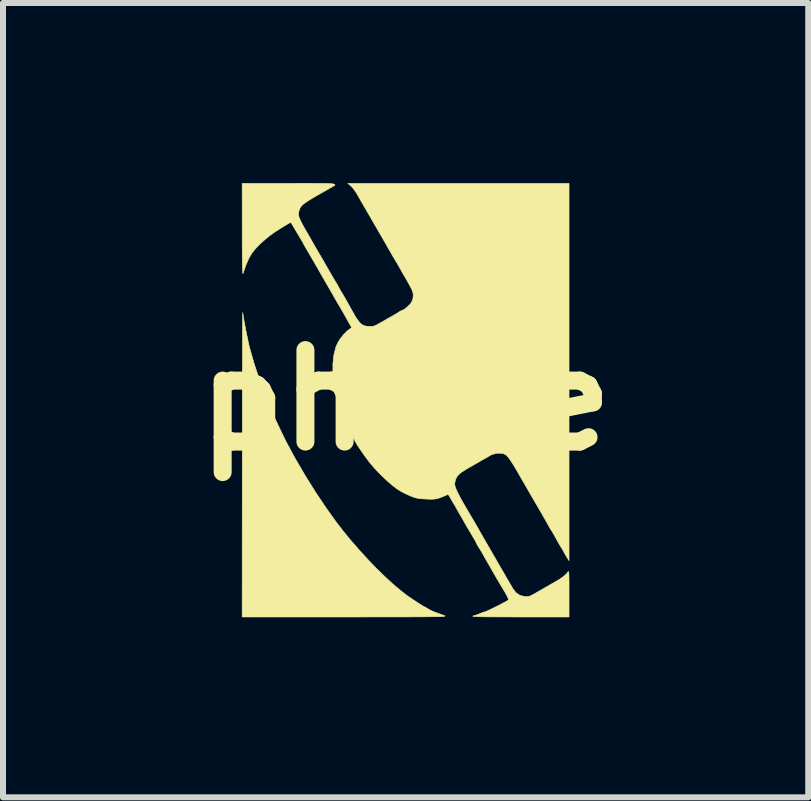
<source format=kicad_pcb>
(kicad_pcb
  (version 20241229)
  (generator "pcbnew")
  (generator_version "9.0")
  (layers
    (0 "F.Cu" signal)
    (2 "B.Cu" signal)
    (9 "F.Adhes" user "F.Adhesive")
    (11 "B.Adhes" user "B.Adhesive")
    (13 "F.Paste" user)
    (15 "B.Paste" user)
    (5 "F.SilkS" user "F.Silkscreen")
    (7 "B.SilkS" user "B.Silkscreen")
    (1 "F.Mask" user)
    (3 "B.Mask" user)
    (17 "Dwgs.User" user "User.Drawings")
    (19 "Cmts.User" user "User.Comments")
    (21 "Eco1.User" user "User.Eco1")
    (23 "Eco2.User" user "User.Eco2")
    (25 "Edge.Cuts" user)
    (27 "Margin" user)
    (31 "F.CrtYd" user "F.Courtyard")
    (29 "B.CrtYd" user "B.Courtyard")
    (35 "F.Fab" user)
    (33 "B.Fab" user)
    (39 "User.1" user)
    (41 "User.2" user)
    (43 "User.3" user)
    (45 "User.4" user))
  (footprint "phone"
    (layer "F.Cu")
    (at 3.708 3.618)
    (property "Reference" "phone" (at 0 0 0) (layer "F.SilkS") (effects (font (size 1.524 1.524) (thickness 0.3))))
    (attr through_hole)
    (fp_poly (pts (xy -2.704 -1.396) (xy -2.69 -1.312) (xy -2.672 -1.216) (xy -2.652 -1.114) (xy -2.631 -1.015) (xy -2.612 -0.926) (xy -2.596 -0.861) (xy -2.524 -0.609) (xy -2.438 -0.349) (xy -2.342 -0.092) (xy -2.256 0.114) (xy -2.236 0.161) (xy -2.222 0.197) (xy -2.215 0.215) (xy -2.215 0.216) (xy -2.21 0.231) (xy -2.194 0.267) (xy -2.17 0.319) (xy -2.14 0.382) (xy -2.107 0.452) (xy -2.073 0.523) (xy -2.04 0.591) (xy -2.01 0.652) (xy -1.987 0.699) (xy -1.839 0.973) (xy -1.674 1.255) (xy -1.498 1.537) (xy -1.315 1.809) (xy -1.165 2.019) (xy -1.045 2.175) (xy -0.916 2.333) (xy -0.778 2.491) (xy -0.637 2.646) (xy -0.495 2.794) (xy -0.354 2.932) (xy -0.219 3.057) (xy -0.092 3.165) (xy 0.023 3.254) (xy 0.051 3.274) (xy 0.118 3.319) (xy 0.182 3.362) (xy 0.238 3.398) (xy 0.281 3.424) (xy 0.307 3.439) (xy 0.31 3.44) (xy 0.336 3.453) (xy 0.37 3.474) (xy 0.371 3.475) (xy 0.417 3.501) (xy 0.485 3.531) (xy 0.578 3.565) (xy 0.635 3.585) (xy 0.646 3.589) (xy 0.654 3.592) (xy 0.657 3.595) (xy 0.655 3.598) (xy 0.645 3.6) (xy 0.626 3.603) (xy 0.597 3.604) (xy 0.557 3.606) (xy 0.503 3.607) (xy 0.435 3.608) (xy 0.351 3.609) (xy 0.25 3.61) (xy 0.131 3.61) (xy -0.009 3.611) (xy -0.17 3.611) (xy -0.354 3.611) (xy -0.562 3.611) (xy -0.796 3.612) (xy -1.005 3.612) (xy -2.723 3.612) (xy -2.721 1.055) (xy -2.721 0.789) (xy -2.721 0.531) (xy -2.72 0.283) (xy -2.72 0.046) (xy -2.72 -0.179) (xy -2.719 -0.391) (xy -2.719 -0.587) (xy -2.718 -0.768) (xy -2.718 -0.93) (xy -2.717 -1.074) (xy -2.717 -1.197) (xy -2.716 -1.298) (xy -2.715 -1.376) (xy -2.715 -1.43) (xy -2.714 -1.457) (xy -2.714 -1.46) (xy -2.704 -1.396)) (stroke (width 0.01) (type solid)) (fill yes) (layer "F.SilkS"))
    (fp_poly (pts (xy -1.488 -3.612) (xy -1.389 -3.612) (xy -1.311 -3.61) (xy -1.253 -3.608) (xy -1.212 -3.604) (xy -1.188 -3.599) (xy -1.178 -3.592) (xy -1.18 -3.583) (xy -1.194 -3.572) (xy -1.216 -3.558) (xy -1.246 -3.542) (xy -1.281 -3.522) (xy -1.287 -3.518) (xy -1.34 -3.488) (xy -1.391 -3.459) (xy -1.425 -3.44) (xy -1.524 -3.383) (xy -1.601 -3.337) (xy -1.66 -3.299) (xy -1.702 -3.268) (xy -1.732 -3.24) (xy -1.753 -3.213) (xy -1.766 -3.184) (xy -1.776 -3.154) (xy -1.783 -3.126) (xy -1.785 -3.1) (xy -1.782 -3.071) (xy -1.771 -3.037) (xy -1.752 -2.994) (xy -1.724 -2.938) (xy -1.684 -2.866) (xy -1.631 -2.774) (xy -1.614 -2.745) (xy -1.588 -2.7) (xy -1.557 -2.645) (xy -1.538 -2.611) (xy -1.506 -2.555) (xy -1.469 -2.491) (xy -1.444 -2.448) (xy -1.412 -2.395) (xy -1.381 -2.342) (xy -1.361 -2.307) (xy -1.32 -2.235) (xy -1.271 -2.15) (xy -1.221 -2.064) (xy -1.177 -1.99) (xy -1.149 -1.943) (xy -1.125 -1.9) (xy -1.112 -1.877) (xy -1.094 -1.843) (xy -1.068 -1.8) (xy -1.059 -1.785) (xy -1.032 -1.74) (xy -1.007 -1.697) (xy -1.001 -1.686) (xy -0.981 -1.651) (xy -0.954 -1.603) (xy -0.934 -1.566) (xy -0.901 -1.508) (xy -0.865 -1.443) (xy -0.846 -1.409) (xy -0.814 -1.358) (xy -0.777 -1.309) (xy -0.754 -1.283) (xy -0.721 -1.255) (xy -0.687 -1.24) (xy -0.642 -1.232) (xy -0.622 -1.23) (xy -0.584 -1.228) (xy -0.553 -1.23) (xy -0.524 -1.237) (xy -0.489 -1.251) (xy -0.443 -1.276) (xy -0.379 -1.312) (xy -0.367 -1.319) (xy -0.311 -1.352) (xy -0.254 -1.384) (xy -0.212 -1.407) (xy -0.166 -1.434) (xy -0.124 -1.46) (xy -0.111 -1.469) (xy -0.081 -1.487) (xy -0.061 -1.496) (xy -0.061 -1.496) (xy -0.037 -1.505) (xy -0.002 -1.529) (xy 0.038 -1.562) (xy 0.073 -1.597) (xy 0.098 -1.629) (xy 0.098 -1.629) (xy 0.122 -1.69) (xy 0.127 -1.741) (xy 0.126 -1.771) (xy 0.12 -1.8) (xy 0.109 -1.833) (xy 0.089 -1.875) (xy 0.059 -1.93) (xy 0.018 -2.003) (xy -0.007 -2.046) (xy -0.038 -2.099) (xy -0.067 -2.15) (xy -0.088 -2.187) (xy -0.11 -2.227) (xy -0.139 -2.278) (xy -0.161 -2.314) (xy -0.206 -2.389) (xy -0.254 -2.473) (xy -0.301 -2.554) (xy -0.34 -2.623) (xy -0.345 -2.632) (xy -0.369 -2.673) (xy -0.4 -2.727) (xy -0.431 -2.78) (xy -0.465 -2.839) (xy -0.501 -2.901) (xy -0.528 -2.947) (xy -0.57 -3.021) (xy -0.603 -3.078) (xy -0.631 -3.126) (xy -0.658 -3.173) (xy -0.684 -3.217) (xy -0.716 -3.272) (xy -0.747 -3.326) (xy -0.77 -3.367) (xy -0.819 -3.452) (xy -0.862 -3.515) (xy -0.902 -3.561) (xy -0.917 -3.575) (xy -0.962 -3.612) (xy 2.723 -3.612) (xy 2.723 2.673) (xy 2.681 2.606) (xy 2.658 2.568) (xy 2.643 2.541) (xy 2.639 2.532) (xy 2.632 2.517) (xy 2.614 2.487) (xy 2.601 2.466) (xy 2.57 2.416) (xy 2.54 2.364) (xy 2.532 2.349) (xy 2.491 2.275) (xy 2.458 2.216) (xy 2.435 2.178) (xy 2.427 2.166) (xy 2.414 2.146) (xy 2.394 2.111) (xy 2.381 2.088) (xy 2.345 2.024) (xy 2.295 1.936) (xy 2.23 1.824) (xy 2.215 1.799) (xy 2.196 1.765) (xy 2.168 1.717) (xy 2.14 1.669) (xy 2.104 1.607) (xy 2.064 1.538) (xy 2.037 1.492) (xy 2.007 1.44) (xy 1.978 1.389) (xy 1.958 1.355) (xy 1.89 1.236) (xy 1.834 1.14) (xy 1.788 1.064) (xy 1.75 1.005) (xy 1.719 0.961) (xy 1.692 0.93) (xy 1.667 0.909) (xy 1.643 0.896) (xy 1.618 0.888) (xy 1.595 0.884) (xy 1.508 0.884) (xy 1.427 0.91) (xy 1.402 0.924) (xy 1.368 0.945) (xy 1.324 0.971) (xy 1.308 0.979) (xy 1.265 1.003) (xy 1.21 1.035) (xy 1.157 1.065) (xy 1.101 1.098) (xy 1.043 1.131) (xy 1 1.156) (xy 0.92 1.208) (xy 0.864 1.261) (xy 0.832 1.319) (xy 0.819 1.385) (xy 0.818 1.402) (xy 0.823 1.431) (xy 0.838 1.474) (xy 0.863 1.53) (xy 0.9 1.603) (xy 0.949 1.693) (xy 1.012 1.802) (xy 1.089 1.933) (xy 1.123 1.99) (xy 1.153 2.04) (xy 1.181 2.089) (xy 1.197 2.117) (xy 1.218 2.155) (xy 1.247 2.206) (xy 1.273 2.251) (xy 1.295 2.289) (xy 1.328 2.346) (xy 1.369 2.417) (xy 1.415 2.496) (xy 1.463 2.58) (xy 1.51 2.661) (xy 1.553 2.736) (xy 1.589 2.799) (xy 1.616 2.844) (xy 1.623 2.857) (xy 1.643 2.891) (xy 1.67 2.939) (xy 1.7 2.991) (xy 1.701 2.992) (xy 1.733 3.046) (xy 1.764 3.1) (xy 1.787 3.14) (xy 1.839 3.208) (xy 1.903 3.251) (xy 1.981 3.271) (xy 1.985 3.271) (xy 2.035 3.272) (xy 2.076 3.263) (xy 2.121 3.24) (xy 2.127 3.237) (xy 2.174 3.21) (xy 2.218 3.184) (xy 2.237 3.174) (xy 2.272 3.154) (xy 2.319 3.127) (xy 2.361 3.103) (xy 2.41 3.074) (xy 2.455 3.048) (xy 2.482 3.033) (xy 2.564 2.985) (xy 2.63 2.938) (xy 2.678 2.897) (xy 2.697 2.873) (xy 2.705 2.86) (xy 2.711 2.854) (xy 2.715 2.857) (xy 2.719 2.872) (xy 2.721 2.901) (xy 2.722 2.946) (xy 2.723 3.012) (xy 2.723 3.1) (xy 2.723 3.214) (xy 2.723 3.221) (xy 2.723 3.612) (xy 1.894 3.612) (xy 1.721 3.611) (xy 1.573 3.611) (xy 1.451 3.61) (xy 1.35 3.61) (xy 1.271 3.609) (xy 1.211 3.607) (xy 1.167 3.606) (xy 1.139 3.604) (xy 1.124 3.601) (xy 1.121 3.598) (xy 1.128 3.594) (xy 1.14 3.591) (xy 1.191 3.575) (xy 1.238 3.557) (xy 1.255 3.549) (xy 1.29 3.534) (xy 1.317 3.528) (xy 1.317 3.528) (xy 1.336 3.522) (xy 1.374 3.505) (xy 1.426 3.481) (xy 1.486 3.451) (xy 1.548 3.42) (xy 1.608 3.389) (xy 1.659 3.362) (xy 1.696 3.341) (xy 1.713 3.33) (xy 1.712 3.312) (xy 1.698 3.277) (xy 1.672 3.228) (xy 1.665 3.215) (xy 1.626 3.149) (xy 1.583 3.077) (xy 1.545 3.013) (xy 1.545 3.013) (xy 1.511 2.956) (xy 1.478 2.899) (xy 1.452 2.853) (xy 1.45 2.85) (xy 1.424 2.805) (xy 1.392 2.747) (xy 1.361 2.695) (xy 1.329 2.639) (xy 1.297 2.582) (xy 1.274 2.54) (xy 1.247 2.495) (xy 1.221 2.453) (xy 1.212 2.439) (xy 1.194 2.411) (xy 1.185 2.392) (xy 1.185 2.392) (xy 1.178 2.377) (xy 1.16 2.342) (xy 1.132 2.294) (xy 1.1 2.239) (xy 1.065 2.18) (xy 1.033 2.127) (xy 1.01 2.087) (xy 0.998 2.067) (xy 0.983 2.041) (xy 0.96 1.999) (xy 0.934 1.954) (xy 0.902 1.899) (xy 0.87 1.843) (xy 0.85 1.807) (xy 0.825 1.761) (xy 0.801 1.721) (xy 0.792 1.708) (xy 0.77 1.671) (xy 0.746 1.627) (xy 0.742 1.619) (xy 0.722 1.587) (xy 0.704 1.572) (xy 0.7 1.572) (xy 0.625 1.605) (xy 0.568 1.627) (xy 0.52 1.641) (xy 0.473 1.648) (xy 0.42 1.65) (xy 0.352 1.647) (xy 0.347 1.647) (xy 0.269 1.643) (xy 0.211 1.636) (xy 0.161 1.625) (xy 0.112 1.608) (xy 0.092 1.6) (xy 0.002 1.56) (xy -0.076 1.52) (xy -0.147 1.475) (xy -0.219 1.42) (xy -0.299 1.351) (xy -0.355 1.298) (xy -0.446 1.21) (xy -0.527 1.123) (xy -0.604 1.031) (xy -0.68 0.93) (xy -0.761 0.812) (xy -0.808 0.741) (xy -0.833 0.698) (xy -0.867 0.636) (xy -0.905 0.561) (xy -0.946 0.48) (xy -0.985 0.399) (xy -1.019 0.325) (xy -1.046 0.264) (xy -1.05 0.254) (xy -1.114 0.073) (xy -1.162 -0.107) (xy -1.195 -0.282) (xy -1.211 -0.451) (xy -1.211 -0.609) (xy -1.195 -0.753) (xy -1.163 -0.88) (xy -1.131 -0.955) (xy -1.089 -1.023) (xy -1.034 -1.092) (xy -0.975 -1.152) (xy -0.931 -1.186) (xy -0.898 -1.209) (xy -0.945 -1.292) (xy -0.989 -1.371) (xy -1.023 -1.432) (xy -1.052 -1.482) (xy -1.079 -1.528) (xy -1.105 -1.573) (xy -1.14 -1.632) (xy -1.177 -1.695) (xy -1.2 -1.736) (xy -1.228 -1.786) (xy -1.257 -1.836) (xy -1.289 -1.892) (xy -1.329 -1.961) (xy -1.362 -2.018) (xy -1.394 -2.073) (xy -1.424 -2.126) (xy -1.447 -2.166) (xy -1.465 -2.198) (xy -1.494 -2.248) (xy -1.53 -2.311) (xy -1.571 -2.382) (xy -1.593 -2.418) (xy -1.631 -2.484) (xy -1.665 -2.542) (xy -1.69 -2.586) (xy -1.705 -2.613) (xy -1.707 -2.619) (xy -1.714 -2.634) (xy -1.732 -2.663) (xy -1.741 -2.678) (xy -1.763 -2.714) (xy -1.794 -2.766) (xy -1.828 -2.824) (xy -1.842 -2.847) (xy -1.871 -2.897) (xy -1.895 -2.936) (xy -1.91 -2.959) (xy -1.913 -2.963) (xy -1.929 -2.956) (xy -1.963 -2.937) (xy -2.011 -2.908) (xy -2.067 -2.874) (xy -2.126 -2.836) (xy -2.181 -2.801) (xy -2.265 -2.741) (xy -2.35 -2.671) (xy -2.431 -2.597) (xy -2.501 -2.525) (xy -2.554 -2.46) (xy -2.562 -2.448) (xy -2.613 -2.36) (xy -2.659 -2.257) (xy -2.695 -2.154) (xy -2.703 -2.124) (xy -2.707 -2.112) (xy -2.71 -2.111) (xy -2.713 -2.122) (xy -2.716 -2.148) (xy -2.717 -2.19) (xy -2.719 -2.249) (xy -2.72 -2.329) (xy -2.721 -2.43) (xy -2.722 -2.554) (xy -2.722 -2.703) (xy -2.722 -2.833) (xy -2.723 -3.612) (xy -1.93 -3.612) (xy -1.757 -3.613) (xy -1.61 -3.613) (xy -1.488 -3.612)) (stroke (width 0.01) (type solid)) (fill yes) (layer "F.SilkS")))
  (gr_rect
    (start -3 -3)
    (end 10.417 10.235)
    (stroke (width 0.1) (type default))
    (fill no)
    (layer "Edge.Cuts")))
</source>
